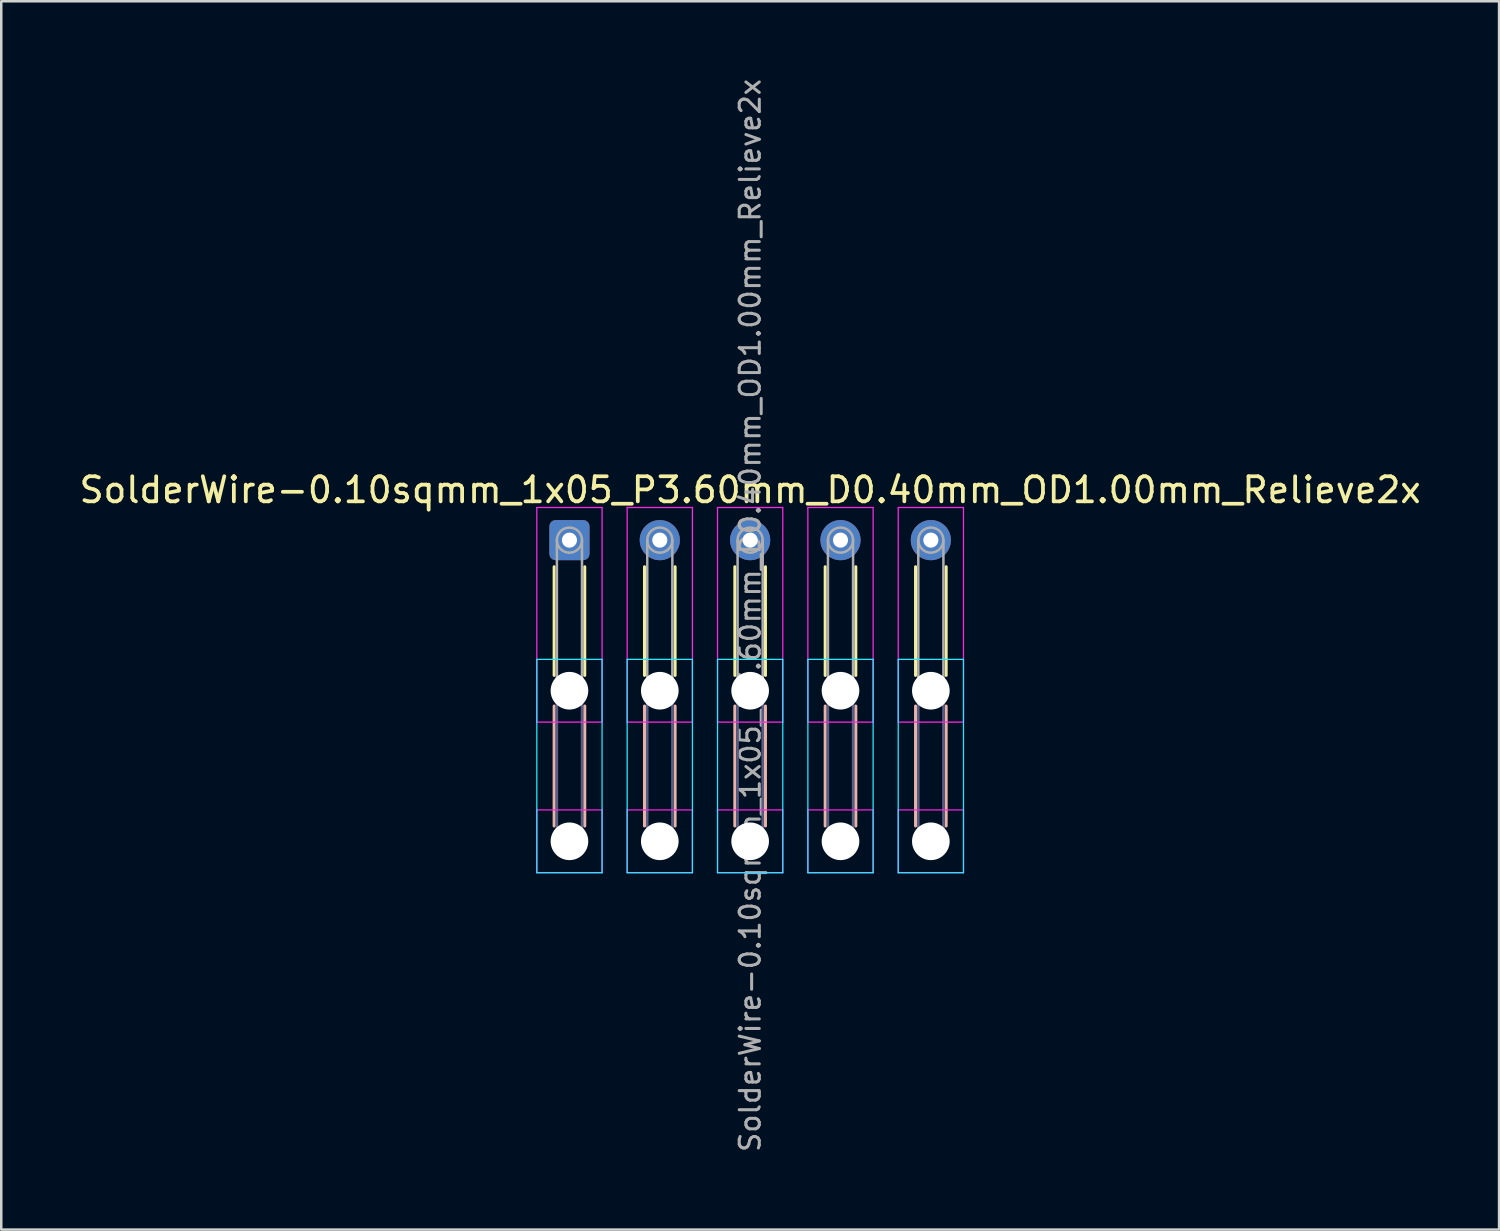
<source format=kicad_pcb>
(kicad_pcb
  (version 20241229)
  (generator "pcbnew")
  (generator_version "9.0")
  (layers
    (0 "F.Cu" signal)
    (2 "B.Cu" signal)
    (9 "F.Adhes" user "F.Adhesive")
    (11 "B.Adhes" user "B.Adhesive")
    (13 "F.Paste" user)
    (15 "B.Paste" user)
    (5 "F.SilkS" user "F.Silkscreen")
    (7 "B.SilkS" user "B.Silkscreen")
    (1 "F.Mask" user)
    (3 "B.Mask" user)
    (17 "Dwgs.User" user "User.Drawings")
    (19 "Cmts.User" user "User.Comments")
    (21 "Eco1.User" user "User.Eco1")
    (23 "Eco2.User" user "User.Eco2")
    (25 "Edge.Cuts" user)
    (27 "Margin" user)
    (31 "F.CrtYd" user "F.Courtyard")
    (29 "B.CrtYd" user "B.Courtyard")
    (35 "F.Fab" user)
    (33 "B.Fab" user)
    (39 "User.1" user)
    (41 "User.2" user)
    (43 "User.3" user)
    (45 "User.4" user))
  (footprint "SolderWire-0.10sqmm_1x05_P3.60mm_D0.40mm_OD1.00mm_Relieve2x"
    (layer "F.Cu")
    (at 19.639 18.471)
    (property "Reference" "SolderWire-0.10sqmm_1x05_P3.60mm_D0.40mm_OD1.00mm_Relieve2x" (at 7.2 -2 0) (layer "F.SilkS") (effects (font (size 1 1) (thickness 0.15))))
    (attr exclude_from_pos_files exclude_from_bom)
    (fp_line (start -0.61 1.06) (end -0.61 5.39) (stroke (width 0.12) (type solid)) (layer "F.SilkS"))
    (fp_line (start 0.61 1.06) (end 0.61 5.39) (stroke (width 0.12) (type solid)) (layer "F.SilkS"))
    (fp_line (start 2.99 1.06) (end 2.99 5.39) (stroke (width 0.12) (type solid)) (layer "F.SilkS"))
    (fp_line (start 4.21 1.06) (end 4.21 5.39) (stroke (width 0.12) (type solid)) (layer "F.SilkS"))
    (fp_line (start 6.59 1.06) (end 6.59 5.39) (stroke (width 0.12) (type solid)) (layer "F.SilkS"))
    (fp_line (start 7.81 1.06) (end 7.81 5.39) (stroke (width 0.12) (type solid)) (layer "F.SilkS"))
    (fp_line (start 10.19 1.06) (end 10.19 5.39) (stroke (width 0.12) (type solid)) (layer "F.SilkS"))
    (fp_line (start 11.41 1.06) (end 11.41 5.39) (stroke (width 0.12) (type solid)) (layer "F.SilkS"))
    (fp_line (start 13.79 1.06) (end 13.79 5.39) (stroke (width 0.12) (type solid)) (layer "F.SilkS"))
    (fp_line (start 15.01 1.06) (end 15.01 5.39) (stroke (width 0.12) (type solid)) (layer "F.SilkS"))
    (fp_line (start -0.61 6.61) (end -0.61 11.39) (stroke (width 0.12) (type solid)) (layer "B.SilkS"))
    (fp_line (start 0.61 6.61) (end 0.61 11.39) (stroke (width 0.12) (type solid)) (layer "B.SilkS"))
    (fp_line (start 2.99 6.61) (end 2.99 11.39) (stroke (width 0.12) (type solid)) (layer "B.SilkS"))
    (fp_line (start 4.21 6.61) (end 4.21 11.39) (stroke (width 0.12) (type solid)) (layer "B.SilkS"))
    (fp_line (start 6.59 6.61) (end 6.59 11.39) (stroke (width 0.12) (type solid)) (layer "B.SilkS"))
    (fp_line (start 7.81 6.61) (end 7.81 11.39) (stroke (width 0.12) (type solid)) (layer "B.SilkS"))
    (fp_line (start 10.19 6.61) (end 10.19 11.39) (stroke (width 0.12) (type solid)) (layer "B.SilkS"))
    (fp_line (start 11.41 6.61) (end 11.41 11.39) (stroke (width 0.12) (type solid)) (layer "B.SilkS"))
    (fp_line (start 13.79 6.61) (end 13.79 11.39) (stroke (width 0.12) (type solid)) (layer "B.SilkS"))
    (fp_line (start 15.01 6.61) (end 15.01 11.39) (stroke (width 0.12) (type solid)) (layer "B.SilkS"))
    (fp_line (start -1.3 4.75) (end -1.3 13.25) (stroke (width 0.05) (type solid)) (layer "B.CrtYd"))
    (fp_line (start -1.3 13.25) (end 1.3 13.25) (stroke (width 0.05) (type solid)) (layer "B.CrtYd"))
    (fp_line (start 1.3 4.75) (end -1.3 4.75) (stroke (width 0.05) (type solid)) (layer "B.CrtYd"))
    (fp_line (start 1.3 13.25) (end 1.3 4.75) (stroke (width 0.05) (type solid)) (layer "B.CrtYd"))
    (fp_line (start 2.3 4.75) (end 2.3 13.25) (stroke (width 0.05) (type solid)) (layer "B.CrtYd"))
    (fp_line (start 2.3 13.25) (end 4.9 13.25) (stroke (width 0.05) (type solid)) (layer "B.CrtYd"))
    (fp_line (start 4.9 4.75) (end 2.3 4.75) (stroke (width 0.05) (type solid)) (layer "B.CrtYd"))
    (fp_line (start 4.9 13.25) (end 4.9 4.75) (stroke (width 0.05) (type solid)) (layer "B.CrtYd"))
    (fp_line (start 5.9 4.75) (end 5.9 13.25) (stroke (width 0.05) (type solid)) (layer "B.CrtYd"))
    (fp_line (start 5.9 13.25) (end 8.5 13.25) (stroke (width 0.05) (type solid)) (layer "B.CrtYd"))
    (fp_line (start 8.5 4.75) (end 5.9 4.75) (stroke (width 0.05) (type solid)) (layer "B.CrtYd"))
    (fp_line (start 8.5 13.25) (end 8.5 4.75) (stroke (width 0.05) (type solid)) (layer "B.CrtYd"))
    (fp_line (start 9.5 4.75) (end 9.5 13.25) (stroke (width 0.05) (type solid)) (layer "B.CrtYd"))
    (fp_line (start 9.5 13.25) (end 12.1 13.25) (stroke (width 0.05) (type solid)) (layer "B.CrtYd"))
    (fp_line (start 12.1 4.75) (end 9.5 4.75) (stroke (width 0.05) (type solid)) (layer "B.CrtYd"))
    (fp_line (start 12.1 13.25) (end 12.1 4.75) (stroke (width 0.05) (type solid)) (layer "B.CrtYd"))
    (fp_line (start 13.1 4.75) (end 13.1 13.25) (stroke (width 0.05) (type solid)) (layer "B.CrtYd"))
    (fp_line (start 13.1 13.25) (end 15.7 13.25) (stroke (width 0.05) (type solid)) (layer "B.CrtYd"))
    (fp_line (start 15.7 4.75) (end 13.1 4.75) (stroke (width 0.05) (type solid)) (layer "B.CrtYd"))
    (fp_line (start 15.7 13.25) (end 15.7 4.75) (stroke (width 0.05) (type solid)) (layer "B.CrtYd"))
    (fp_line (start -1.3 -1.3) (end -1.3 7.25) (stroke (width 0.05) (type solid)) (layer "F.CrtYd"))
    (fp_line (start -1.3 7.25) (end 1.3 7.25) (stroke (width 0.05) (type solid)) (layer "F.CrtYd"))
    (fp_line (start -1.3 10.75) (end -1.3 13.25) (stroke (width 0.05) (type solid)) (layer "F.CrtYd"))
    (fp_line (start -1.3 13.25) (end 1.3 13.25) (stroke (width 0.05) (type solid)) (layer "F.CrtYd"))
    (fp_line (start 1.3 -1.3) (end -1.3 -1.3) (stroke (width 0.05) (type solid)) (layer "F.CrtYd"))
    (fp_line (start 1.3 7.25) (end 1.3 -1.3) (stroke (width 0.05) (type solid)) (layer "F.CrtYd"))
    (fp_line (start 1.3 10.75) (end -1.3 10.75) (stroke (width 0.05) (type solid)) (layer "F.CrtYd"))
    (fp_line (start 1.3 13.25) (end 1.3 10.75) (stroke (width 0.05) (type solid)) (layer "F.CrtYd"))
    (fp_line (start 2.3 -1.3) (end 2.3 7.25) (stroke (width 0.05) (type solid)) (layer "F.CrtYd"))
    (fp_line (start 2.3 7.25) (end 4.9 7.25) (stroke (width 0.05) (type solid)) (layer "F.CrtYd"))
    (fp_line (start 2.3 10.75) (end 2.3 13.25) (stroke (width 0.05) (type solid)) (layer "F.CrtYd"))
    (fp_line (start 2.3 13.25) (end 4.9 13.25) (stroke (width 0.05) (type solid)) (layer "F.CrtYd"))
    (fp_line (start 4.9 -1.3) (end 2.3 -1.3) (stroke (width 0.05) (type solid)) (layer "F.CrtYd"))
    (fp_line (start 4.9 7.25) (end 4.9 -1.3) (stroke (width 0.05) (type solid)) (layer "F.CrtYd"))
    (fp_line (start 4.9 10.75) (end 2.3 10.75) (stroke (width 0.05) (type solid)) (layer "F.CrtYd"))
    (fp_line (start 4.9 13.25) (end 4.9 10.75) (stroke (width 0.05) (type solid)) (layer "F.CrtYd"))
    (fp_line (start 5.9 -1.3) (end 5.9 7.25) (stroke (width 0.05) (type solid)) (layer "F.CrtYd"))
    (fp_line (start 5.9 7.25) (end 8.5 7.25) (stroke (width 0.05) (type solid)) (layer "F.CrtYd"))
    (fp_line (start 5.9 10.75) (end 5.9 13.25) (stroke (width 0.05) (type solid)) (layer "F.CrtYd"))
    (fp_line (start 5.9 13.25) (end 8.5 13.25) (stroke (width 0.05) (type solid)) (layer "F.CrtYd"))
    (fp_line (start 8.5 -1.3) (end 5.9 -1.3) (stroke (width 0.05) (type solid)) (layer "F.CrtYd"))
    (fp_line (start 8.5 7.25) (end 8.5 -1.3) (stroke (width 0.05) (type solid)) (layer "F.CrtYd"))
    (fp_line (start 8.5 10.75) (end 5.9 10.75) (stroke (width 0.05) (type solid)) (layer "F.CrtYd"))
    (fp_line (start 8.5 13.25) (end 8.5 10.75) (stroke (width 0.05) (type solid)) (layer "F.CrtYd"))
    (fp_line (start 9.5 -1.3) (end 9.5 7.25) (stroke (width 0.05) (type solid)) (layer "F.CrtYd"))
    (fp_line (start 9.5 7.25) (end 12.1 7.25) (stroke (width 0.05) (type solid)) (layer "F.CrtYd"))
    (fp_line (start 9.5 10.75) (end 9.5 13.25) (stroke (width 0.05) (type solid)) (layer "F.CrtYd"))
    (fp_line (start 9.5 13.25) (end 12.1 13.25) (stroke (width 0.05) (type solid)) (layer "F.CrtYd"))
    (fp_line (start 12.1 -1.3) (end 9.5 -1.3) (stroke (width 0.05) (type solid)) (layer "F.CrtYd"))
    (fp_line (start 12.1 7.25) (end 12.1 -1.3) (stroke (width 0.05) (type solid)) (layer "F.CrtYd"))
    (fp_line (start 12.1 10.75) (end 9.5 10.75) (stroke (width 0.05) (type solid)) (layer "F.CrtYd"))
    (fp_line (start 12.1 13.25) (end 12.1 10.75) (stroke (width 0.05) (type solid)) (layer "F.CrtYd"))
    (fp_line (start 13.1 -1.3) (end 13.1 7.25) (stroke (width 0.05) (type solid)) (layer "F.CrtYd"))
    (fp_line (start 13.1 7.25) (end 15.7 7.25) (stroke (width 0.05) (type solid)) (layer "F.CrtYd"))
    (fp_line (start 13.1 10.75) (end 13.1 13.25) (stroke (width 0.05) (type solid)) (layer "F.CrtYd"))
    (fp_line (start 13.1 13.25) (end 15.7 13.25) (stroke (width 0.05) (type solid)) (layer "F.CrtYd"))
    (fp_line (start 15.7 -1.3) (end 13.1 -1.3) (stroke (width 0.05) (type solid)) (layer "F.CrtYd"))
    (fp_line (start 15.7 7.25) (end 15.7 -1.3) (stroke (width 0.05) (type solid)) (layer "F.CrtYd"))
    (fp_line (start 15.7 10.75) (end 13.1 10.75) (stroke (width 0.05) (type solid)) (layer "F.CrtYd"))
    (fp_line (start 15.7 13.25) (end 15.7 10.75) (stroke (width 0.05) (type solid)) (layer "F.CrtYd"))
    (fp_line (start -0.5 6) (end -0.5 12) (stroke (width 0.1) (type solid)) (layer "B.Fab"))
    (fp_line (start 0.5 6) (end 0.5 12) (stroke (width 0.1) (type solid)) (layer "B.Fab"))
    (fp_line (start 3.1 6) (end 3.1 12) (stroke (width 0.1) (type solid)) (layer "B.Fab"))
    (fp_line (start 4.1 6) (end 4.1 12) (stroke (width 0.1) (type solid)) (layer "B.Fab"))
    (fp_line (start 6.7 6) (end 6.7 12) (stroke (width 0.1) (type solid)) (layer "B.Fab"))
    (fp_line (start 7.7 6) (end 7.7 12) (stroke (width 0.1) (type solid)) (layer "B.Fab"))
    (fp_line (start 10.3 6) (end 10.3 12) (stroke (width 0.1) (type solid)) (layer "B.Fab"))
    (fp_line (start 11.3 6) (end 11.3 12) (stroke (width 0.1) (type solid)) (layer "B.Fab"))
    (fp_line (start 13.9 6) (end 13.9 12) (stroke (width 0.1) (type solid)) (layer "B.Fab"))
    (fp_line (start 14.9 6) (end 14.9 12) (stroke (width 0.1) (type solid)) (layer "B.Fab"))
    (fp_circle (center 0 6) (end 0.5 6) (stroke (width 0.1) (type solid)) (fill no) (layer "B.Fab"))
    (fp_circle (center 0 12) (end 0.5 12) (stroke (width 0.1) (type solid)) (fill no) (layer "B.Fab"))
    (fp_circle (center 3.6 6) (end 4.1 6) (stroke (width 0.1) (type solid)) (fill no) (layer "B.Fab"))
    (fp_circle (center 3.6 12) (end 4.1 12) (stroke (width 0.1) (type solid)) (fill no) (layer "B.Fab"))
    (fp_circle (center 7.2 6) (end 7.7 6) (stroke (width 0.1) (type solid)) (fill no) (layer "B.Fab"))
    (fp_circle (center 7.2 12) (end 7.7 12) (stroke (width 0.1) (type solid)) (fill no) (layer "B.Fab"))
    (fp_circle (center 10.8 6) (end 11.3 6) (stroke (width 0.1) (type solid)) (fill no) (layer "B.Fab"))
    (fp_circle (center 10.8 12) (end 11.3 12) (stroke (width 0.1) (type solid)) (fill no) (layer "B.Fab"))
    (fp_circle (center 14.4 6) (end 14.9 6) (stroke (width 0.1) (type solid)) (fill no) (layer "B.Fab"))
    (fp_circle (center 14.4 12) (end 14.9 12) (stroke (width 0.1) (type solid)) (fill no) (layer "B.Fab"))
    (fp_line (start -0.5 0) (end -0.5 6) (stroke (width 0.1) (type solid)) (layer "F.Fab"))
    (fp_line (start 0.5 0) (end 0.5 6) (stroke (width 0.1) (type solid)) (layer "F.Fab"))
    (fp_line (start 3.1 0) (end 3.1 6) (stroke (width 0.1) (type solid)) (layer "F.Fab"))
    (fp_line (start 4.1 0) (end 4.1 6) (stroke (width 0.1) (type solid)) (layer "F.Fab"))
    (fp_line (start 6.7 0) (end 6.7 6) (stroke (width 0.1) (type solid)) (layer "F.Fab"))
    (fp_line (start 7.7 0) (end 7.7 6) (stroke (width 0.1) (type solid)) (layer "F.Fab"))
    (fp_line (start 10.3 0) (end 10.3 6) (stroke (width 0.1) (type solid)) (layer "F.Fab"))
    (fp_line (start 11.3 0) (end 11.3 6) (stroke (width 0.1) (type solid)) (layer "F.Fab"))
    (fp_line (start 13.9 0) (end 13.9 6) (stroke (width 0.1) (type solid)) (layer "F.Fab"))
    (fp_line (start 14.9 0) (end 14.9 6) (stroke (width 0.1) (type solid)) (layer "F.Fab"))
    (fp_circle (center 0 0) (end 0.5 0) (stroke (width 0.1) (type solid)) (fill no) (layer "F.Fab"))
    (fp_circle (center 0 6) (end 0.5 6) (stroke (width 0.1) (type solid)) (fill no) (layer "F.Fab"))
    (fp_circle (center 0 12) (end 0.5 12) (stroke (width 0.1) (type solid)) (fill no) (layer "F.Fab"))
    (fp_circle (center 3.6 0) (end 4.1 0) (stroke (width 0.1) (type solid)) (fill no) (layer "F.Fab"))
    (fp_circle (center 3.6 6) (end 4.1 6) (stroke (width 0.1) (type solid)) (fill no) (layer "F.Fab"))
    (fp_circle (center 3.6 12) (end 4.1 12) (stroke (width 0.1) (type solid)) (fill no) (layer "F.Fab"))
    (fp_circle (center 7.2 0) (end 7.7 0) (stroke (width 0.1) (type solid)) (fill no) (layer "F.Fab"))
    (fp_circle (center 7.2 6) (end 7.7 6) (stroke (width 0.1) (type solid)) (fill no) (layer "F.Fab"))
    (fp_circle (center 7.2 12) (end 7.7 12) (stroke (width 0.1) (type solid)) (fill no) (layer "F.Fab"))
    (fp_circle (center 10.8 0) (end 11.3 0) (stroke (width 0.1) (type solid)) (fill no) (layer "F.Fab"))
    (fp_circle (center 10.8 6) (end 11.3 6) (stroke (width 0.1) (type solid)) (fill no) (layer "F.Fab"))
    (fp_circle (center 10.8 12) (end 11.3 12) (stroke (width 0.1) (type solid)) (fill no) (layer "F.Fab"))
    (fp_circle (center 14.4 0) (end 14.9 0) (stroke (width 0.1) (type solid)) (fill no) (layer "F.Fab"))
    (fp_circle (center 14.4 6) (end 14.9 6) (stroke (width 0.1) (type solid)) (fill no) (layer "F.Fab"))
    (fp_circle (center 14.4 12) (end 14.9 12) (stroke (width 0.1) (type solid)) (fill no) (layer "F.Fab"))
    (fp_text user "${REFERENCE}" (at 7.2 3 90) (layer "F.Fab") (effects (font (size 0.8 0.8) (thickness 0.12))))
    (pad "" np_thru_hole circle (at 0 6) (size 1.5 1.5) (drill 1.5) (layers "*.Cu" "*.Mask"))
    (pad "" np_thru_hole circle (at 0 12) (size 1.5 1.5) (drill 1.5) (layers "*.Cu" "*.Mask"))
    (pad "" np_thru_hole circle (at 3.6 6) (size 1.5 1.5) (drill 1.5) (layers "*.Cu" "*.Mask"))
    (pad "" np_thru_hole circle (at 3.6 12) (size 1.5 1.5) (drill 1.5) (layers "*.Cu" "*.Mask"))
    (pad "" np_thru_hole circle (at 7.2 6) (size 1.5 1.5) (drill 1.5) (layers "*.Cu" "*.Mask"))
    (pad "" np_thru_hole circle (at 7.2 12) (size 1.5 1.5) (drill 1.5) (layers "*.Cu" "*.Mask"))
    (pad "" np_thru_hole circle (at 10.8 6) (size 1.5 1.5) (drill 1.5) (layers "*.Cu" "*.Mask"))
    (pad "" np_thru_hole circle (at 10.8 12) (size 1.5 1.5) (drill 1.5) (layers "*.Cu" "*.Mask"))
    (pad "" np_thru_hole circle (at 14.4 6) (size 1.5 1.5) (drill 1.5) (layers "*.Cu" "*.Mask"))
    (pad "" np_thru_hole circle (at 14.4 12) (size 1.5 1.5) (drill 1.5) (layers "*.Cu" "*.Mask"))
    (pad "1" thru_hole roundrect (at 0 0) (size 1.6 1.6) (drill 0.6) (layers "*.Cu" "*.Mask") (roundrect_rratio 0.156))
    (pad "2" thru_hole circle (at 3.6 0) (size 1.6 1.6) (drill 0.6) (layers "*.Cu" "*.Mask"))
    (pad "3" thru_hole circle (at 7.2 0) (size 1.6 1.6) (drill 0.6) (layers "*.Cu" "*.Mask"))
    (pad "4" thru_hole circle (at 10.8 0) (size 1.6 1.6) (drill 0.6) (layers "*.Cu" "*.Mask"))
    (pad "5" thru_hole circle (at 14.4 0) (size 1.6 1.6) (drill 0.6) (layers "*.Cu" "*.Mask")))
  (gr_rect
    (start -3 -3)
    (end 56.679 45.943)
    (stroke (width 0.1) (type default))
    (fill no)
    (layer "Edge.Cuts")))
</source>
